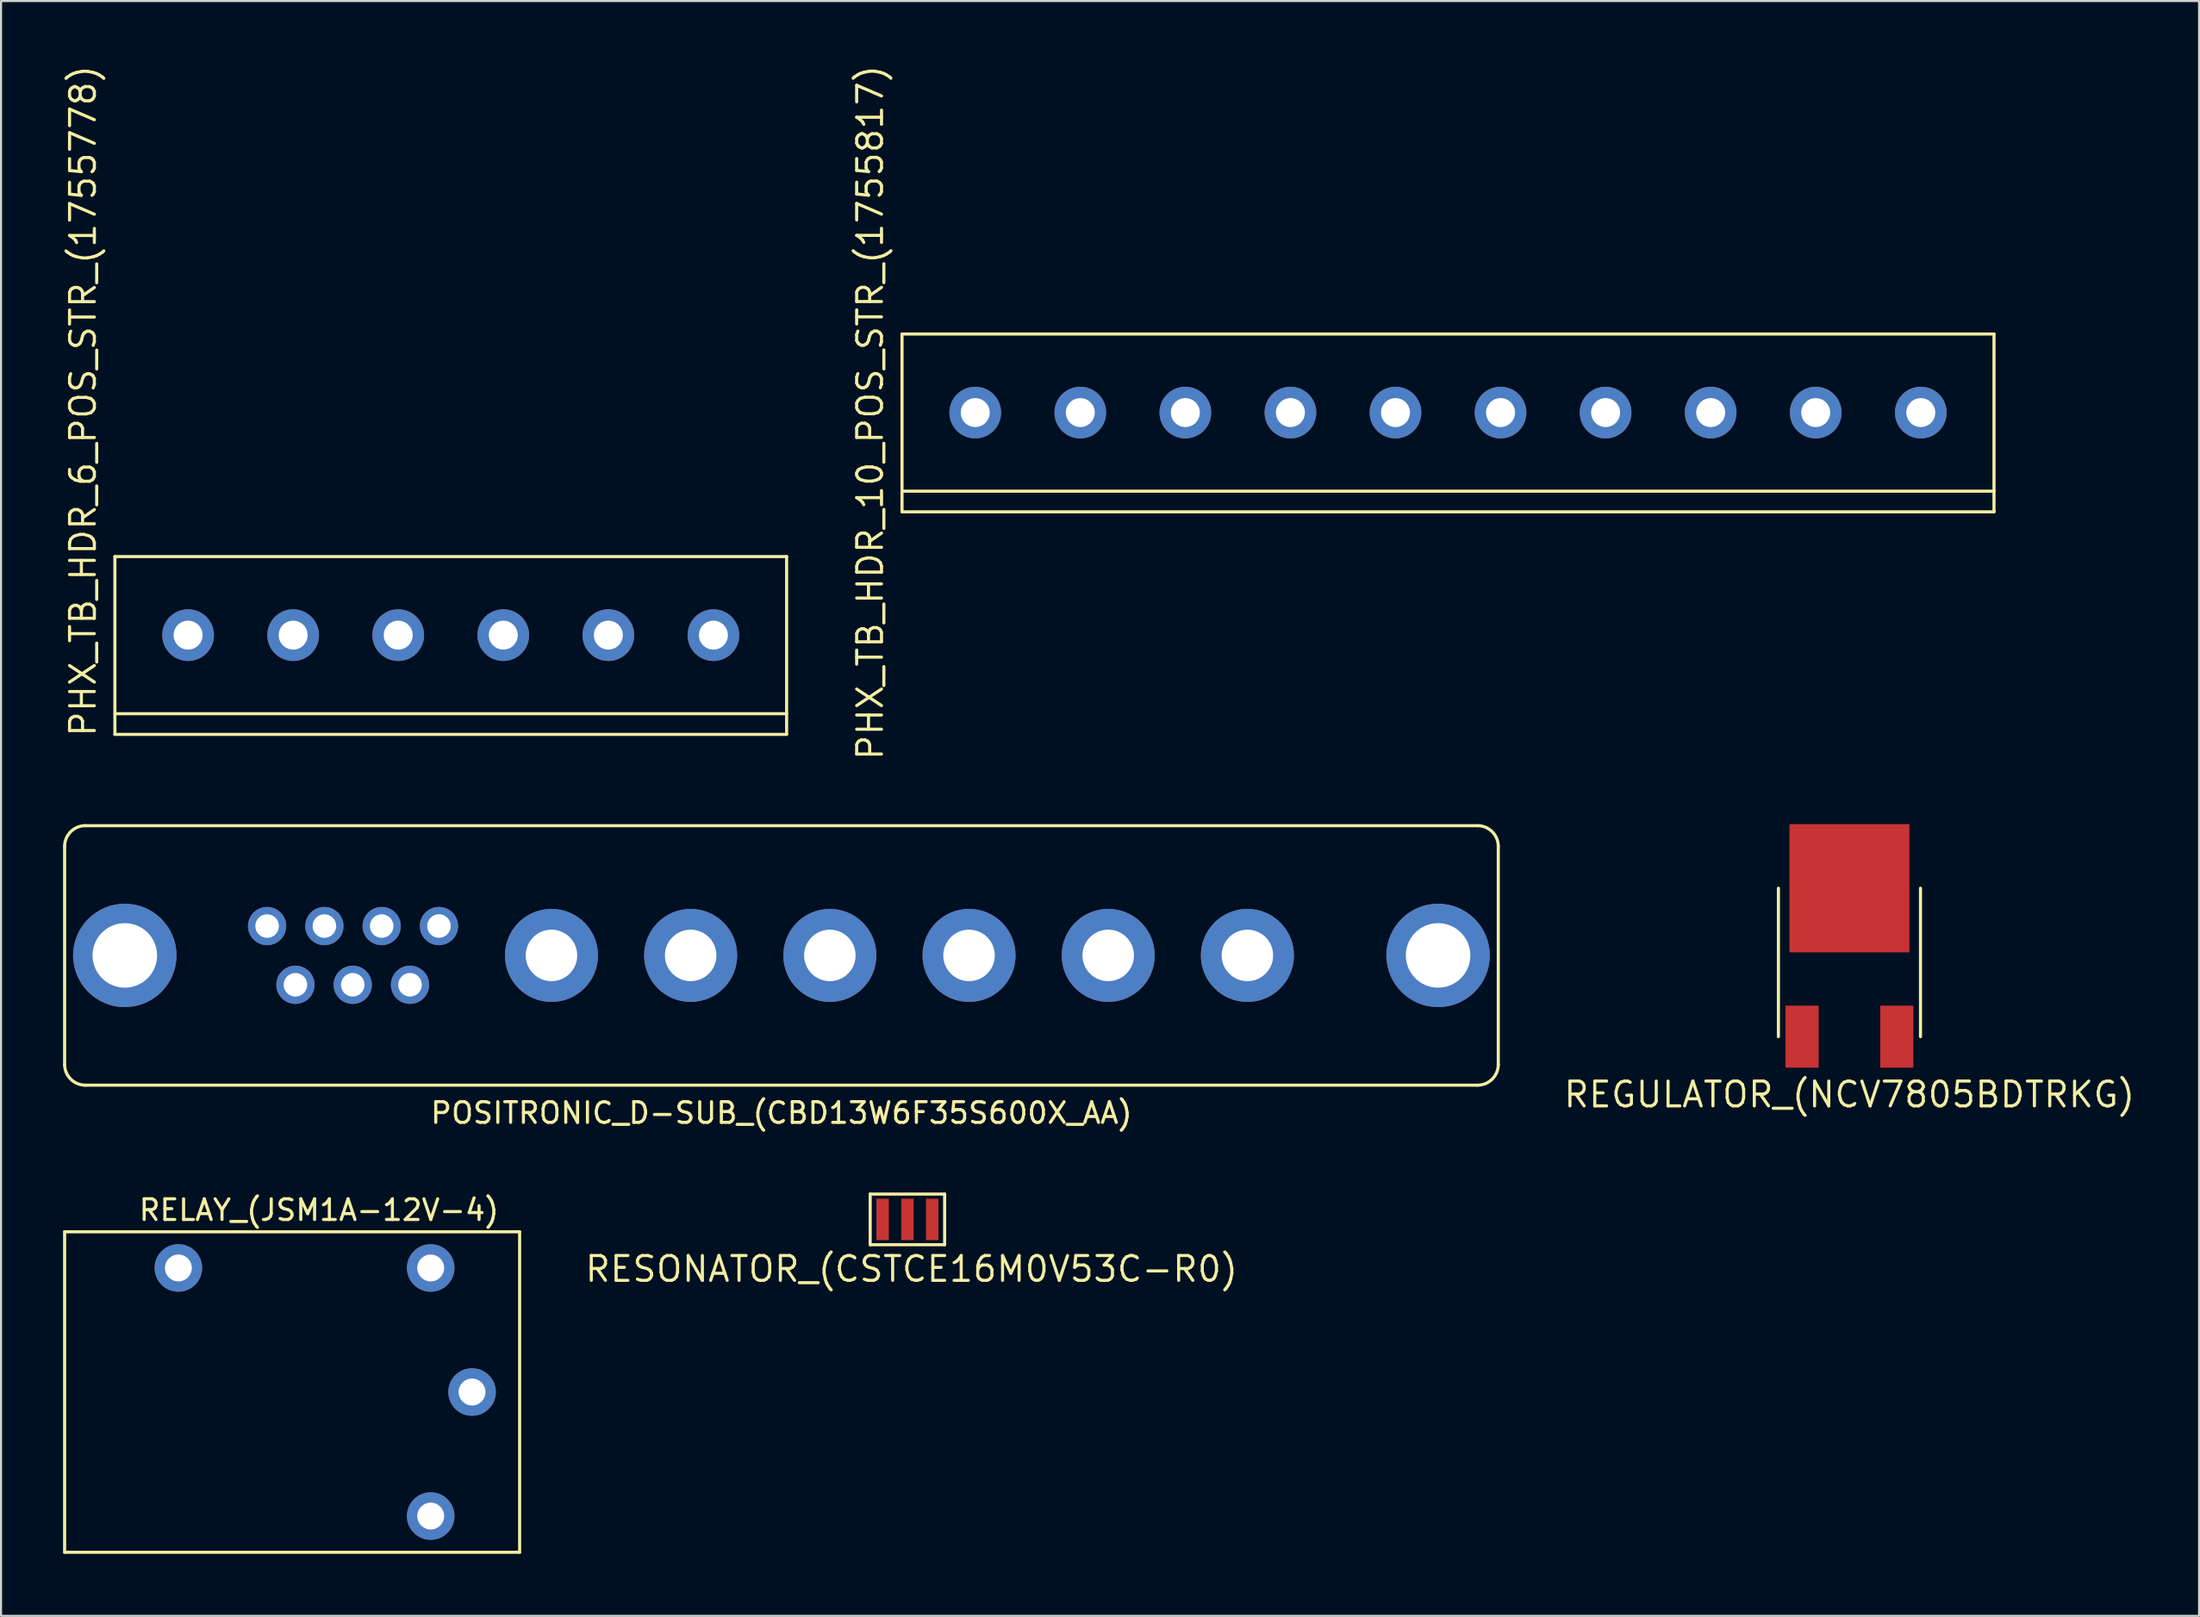
<source format=kicad_pcb>
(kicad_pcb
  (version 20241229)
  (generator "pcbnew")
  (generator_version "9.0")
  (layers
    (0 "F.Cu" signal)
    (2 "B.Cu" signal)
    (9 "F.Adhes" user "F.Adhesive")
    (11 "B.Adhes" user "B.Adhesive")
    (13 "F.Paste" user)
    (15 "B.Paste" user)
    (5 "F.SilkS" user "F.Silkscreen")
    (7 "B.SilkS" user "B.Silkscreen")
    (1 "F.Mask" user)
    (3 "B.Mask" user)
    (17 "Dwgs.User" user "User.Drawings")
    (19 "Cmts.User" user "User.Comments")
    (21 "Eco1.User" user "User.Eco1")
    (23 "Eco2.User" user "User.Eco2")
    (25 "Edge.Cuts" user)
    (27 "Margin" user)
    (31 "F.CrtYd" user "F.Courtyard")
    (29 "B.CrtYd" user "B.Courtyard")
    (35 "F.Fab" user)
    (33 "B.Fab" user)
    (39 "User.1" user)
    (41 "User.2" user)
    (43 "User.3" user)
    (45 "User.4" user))
  (footprint "RESONATOR_(CSTCE16M0V53C-R0)"
    (layer "F.Cu")
    (at 40.826 55.928)
    (property "Reference" "RESONATOR_(CSTCE16M0V53C-R0)" (at 0.2 2.4 0) (layer "F.SilkS") (effects (font (size 1.2 1.2) (thickness 0.15))))
    (attr through_hole)
    (fp_line (start -1.8 -1.225) (end 1.8 -1.225) (stroke (width 0.15) (type solid)) (layer "F.SilkS"))
    (fp_line (start -1.8 1.225) (end -1.8 -1.225) (stroke (width 0.15) (type solid)) (layer "F.SilkS"))
    (fp_line (start -1.8 1.225) (end 1.8 1.225) (stroke (width 0.15) (type solid)) (layer "F.SilkS"))
    (fp_line (start 1.8 1.225) (end 1.8 -1.225) (stroke (width 0.15) (type solid)) (layer "F.SilkS"))
    (pad "1" smd rect (at -1.2 0) (size 0.6 2) (layers "F.Cu" "F.Mask" "F.Paste"))
    (pad "2" smd rect (at 0 0) (size 0.6 2) (layers "F.Cu" "F.Mask" "F.Paste"))
    (pad "3" smd rect (at 1.2 0) (size 0.6 2) (layers "F.Cu" "F.Mask" "F.Paste")))
  (footprint "RELAY_(JSM1A-12V-4)"
    (layer "F.Cu")
    (at 17.775 58.277)
    (property "Reference" "RELAY_(JSM1A-12V-4)" (at -5.4 -2.8 180) (layer "F.SilkS") (effects (font (size 1 1) (thickness 0.15))))
    (attr through_hole)
    (fp_line (start -17.7 -1.75) (end 4.3 -1.75) (stroke (width 0.15) (type solid)) (layer "F.SilkS"))
    (fp_line (start -17.7 13.75) (end -17.7 -1.75) (stroke (width 0.15) (type solid)) (layer "F.SilkS"))
    (fp_line (start 4.3 -1.75) (end 4.3 13.75) (stroke (width 0.15) (type solid)) (layer "F.SilkS"))
    (fp_line (start 4.3 13.75) (end -17.7 13.75) (stroke (width 0.15) (type solid)) (layer "F.SilkS"))
    (pad "1" thru_hole circle (at 2 6) (size 2.3 2.3) (drill 1.3) (layers "*.Cu" "*.Mask"))
    (pad "2" thru_hole circle (at 0 0) (size 2.3 2.3) (drill 1.3) (layers "*.Cu" "*.Mask"))
    (pad "3" thru_hole circle (at -12.2 0) (size 2.3 2.3) (drill 1.3) (layers "*.Cu" "*.Mask"))
    (pad "5" thru_hole circle (at 0 12) (size 2.3 2.3) (drill 1.3) (layers "*.Cu" "*.Mask")))
  (footprint "REGULATOR_(NCV7805BDTRKG)"
    (layer "F.Cu")
    (at 86.375 47.09)
    (property "Reference" "REGULATOR_(NCV7805BDTRKG)" (at 0 2.8 0) (layer "F.SilkS") (effects (font (size 1.2 1.2) (thickness 0.15))))
    (attr through_hole)
    (fp_line (start -3.435 0) (end -3.435 -7.18) (stroke (width 0.15) (type solid)) (layer "F.SilkS"))
    (fp_line (start 3.435 0) (end 3.435 -7.18) (stroke (width 0.15) (type solid)) (layer "F.SilkS"))
    (pad "1" smd rect (at -2.29 0) (size 1.6 3) (layers "F.Cu" "F.Mask" "F.Paste"))
    (pad "2" smd rect (at 0 -7.18) (size 5.8 6.2) (layers "F.Cu" "F.Mask" "F.Paste"))
    (pad "3" smd rect (at 2.29 0) (size 1.6 3) (layers "F.Cu" "F.Mask" "F.Paste")))
  (footprint "POSITRONIC_D-SUB_(CBD13W6F35S600X_AA)"
    (layer "F.Cu")
    (at 34.735 43.16)
    (property "Reference" "POSITRONIC_D-SUB_(CBD13W6F35S600X_AA)" (at 0 7.62 0) (layer "F.SilkS") (effects (font (size 1 1) (thickness 0.15))))
    (attr through_hole)
    (fp_line (start -34.66 5.275) (end -34.66 -5.275) (stroke (width 0.15) (type solid)) (layer "F.SilkS"))
    (fp_line (start -33.66 -6.275) (end 33.66 -6.275) (stroke (width 0.15) (type solid)) (layer "F.SilkS"))
    (fp_line (start 33.66 6.275) (end -33.66 6.275) (stroke (width 0.15) (type solid)) (layer "F.SilkS"))
    (fp_line (start 34.66 -5.275) (end 34.66 5.275) (stroke (width 0.15) (type solid)) (layer "F.SilkS"))
    (fp_arc (start -34.66 -5.275) (mid -34.367107 -5.982107) (end -33.66 -6.275) (stroke (width 0.15) (type solid)) (layer "F.SilkS"))
    (fp_arc (start -33.66 6.275) (mid -34.367107 5.982107) (end -34.66 5.275) (stroke (width 0.15) (type solid)) (layer "F.SilkS"))
    (fp_arc (start 33.66 -6.275) (mid 34.367107 -5.982107) (end 34.66 -5.275) (stroke (width 0.15) (type solid)) (layer "F.SilkS"))
    (fp_arc (start 34.66 5.275) (mid 34.367107 5.982107) (end 33.66 6.275) (stroke (width 0.15) (type solid)) (layer "F.SilkS"))
    (pad "0" thru_hole circle (at -31.75 0) (size 5 5) (drill 3.12) (layers "*.Cu" "*.Mask"))
    (pad "0" thru_hole circle (at 31.75 0) (size 5 5) (drill 3.12) (layers "*.Cu" "*.Mask"))
    (pad "1" thru_hole circle (at -16.56 -1.42) (size 1.85 1.85) (drill 1.14) (layers "*.Cu" "*.Mask"))
    (pad "2" thru_hole circle (at -19.33 -1.42) (size 1.85 1.85) (drill 1.14) (layers "*.Cu" "*.Mask"))
    (pad "3" thru_hole circle (at -22.1 -1.42) (size 1.85 1.85) (drill 1.14) (layers "*.Cu" "*.Mask"))
    (pad "4" thru_hole circle (at -24.87 -1.42) (size 1.85 1.85) (drill 1.14) (layers "*.Cu" "*.Mask"))
    (pad "5" thru_hole circle (at -17.96 1.42) (size 1.85 1.85) (drill 1.14) (layers "*.Cu" "*.Mask"))
    (pad "6" thru_hole circle (at -20.73 1.42) (size 1.85 1.85) (drill 1.14) (layers "*.Cu" "*.Mask"))
    (pad "7" thru_hole circle (at -23.5 1.42) (size 1.85 1.85) (drill 1.14) (layers "*.Cu" "*.Mask"))
    (pad "A1" thru_hole circle (at 22.53 0) (size 4.5 4.5) (drill 2.49) (layers "*.Cu" "*.Mask"))
    (pad "A2" thru_hole circle (at 15.8 0) (size 4.5 4.5) (drill 2.49) (layers "*.Cu" "*.Mask"))
    (pad "A3" thru_hole circle (at 9.07 0) (size 4.5 4.5) (drill 2.49) (layers "*.Cu" "*.Mask"))
    (pad "A4" thru_hole circle (at 2.34 0) (size 4.5 4.5) (drill 2.49) (layers "*.Cu" "*.Mask"))
    (pad "A5" thru_hole circle (at -4.39 0) (size 4.5 4.5) (drill 2.49) (layers "*.Cu" "*.Mask"))
    (pad "A6" thru_hole circle (at -11.12 0) (size 4.5 4.5) (drill 2.49) (layers "*.Cu" "*.Mask")))
  (footprint "PHX_TB_HDR_6_POS_STR_(1755778)"
    (layer "F.Cu")
    (at 6.045 27.669)
    (property "Reference" "PHX_TB_HDR_6_POS_STR_(1755778)" (at -5.08 4.998 90) (layer "F.SilkS") (effects (font (size 1.2 1.2) (thickness 0.15)) (justify left)))
    (attr through_hole)
    (fp_line (start -3.54 -3.8) (end -3.54 4.8) (stroke (width 0.15) (type solid)) (layer "F.SilkS"))
    (fp_line (start -3.54 -3.8) (end 28.94 -3.8) (stroke (width 0.15) (type solid)) (layer "F.SilkS"))
    (fp_line (start -3.54 3.8) (end 28.94 3.8) (stroke (width 0.15) (type solid)) (layer "F.SilkS"))
    (fp_line (start 28.94 -3.8) (end 28.94 4.8) (stroke (width 0.15) (type solid)) (layer "F.SilkS"))
    (fp_line (start 28.94 4.8) (end -3.54 4.8) (stroke (width 0.15) (type solid)) (layer "F.SilkS"))
    (pad "1" thru_hole circle (at 0 0) (size 2.5 2.5) (drill 1.4) (layers "*.Cu" "*.Mask"))
    (pad "2" thru_hole circle (at 5.08 0) (size 2.5 2.5) (drill 1.4) (layers "*.Cu" "*.Mask"))
    (pad "3" thru_hole circle (at 10.16 0) (size 2.5 2.5) (drill 1.4) (layers "*.Cu" "*.Mask"))
    (pad "4" thru_hole circle (at 15.24 0) (size 2.5 2.5) (drill 1.4) (layers "*.Cu" "*.Mask"))
    (pad "5" thru_hole circle (at 20.32 0) (size 2.5 2.5) (drill 1.4) (layers "*.Cu" "*.Mask"))
    (pad "6" thru_hole circle (at 25.4 0) (size 2.5 2.5) (drill 1.4) (layers "*.Cu" "*.Mask")))
  (footprint "PHX_TB_HDR_10_POS_STR_(1755817)"
    (layer "F.Cu")
    (at 44.105 16.905)
    (property "Reference" "PHX_TB_HDR_10_POS_STR_(1755817)" (at -5.08 0 90) (layer "F.SilkS") (effects (font (size 1.2 1.2) (thickness 0.15))))
    (attr through_hole)
    (fp_line (start -3.54 -3.8) (end -3.54 4.8) (stroke (width 0.15) (type solid)) (layer "F.SilkS"))
    (fp_line (start -3.54 -3.8) (end 49.26 -3.8) (stroke (width 0.15) (type solid)) (layer "F.SilkS"))
    (fp_line (start -3.54 3.8) (end 49.26 3.8) (stroke (width 0.15) (type solid)) (layer "F.SilkS"))
    (fp_line (start 49.26 -3.8) (end 49.26 4.8) (stroke (width 0.15) (type solid)) (layer "F.SilkS"))
    (fp_line (start 49.26 4.8) (end -3.54 4.8) (stroke (width 0.15) (type solid)) (layer "F.SilkS"))
    (pad "1" thru_hole circle (at 0 0) (size 2.5 2.5) (drill 1.4) (layers "*.Cu" "*.Mask"))
    (pad "2" thru_hole circle (at 5.08 0) (size 2.5 2.5) (drill 1.4) (layers "*.Cu" "*.Mask"))
    (pad "3" thru_hole circle (at 10.16 0) (size 2.5 2.5) (drill 1.4) (layers "*.Cu" "*.Mask"))
    (pad "4" thru_hole circle (at 15.24 0) (size 2.5 2.5) (drill 1.4) (layers "*.Cu" "*.Mask"))
    (pad "5" thru_hole circle (at 20.32 0) (size 2.5 2.5) (drill 1.4) (layers "*.Cu" "*.Mask"))
    (pad "6" thru_hole circle (at 25.4 0) (size 2.5 2.5) (drill 1.4) (layers "*.Cu" "*.Mask"))
    (pad "7" thru_hole circle (at 30.48 0) (size 2.5 2.5) (drill 1.4) (layers "*.Cu" "*.Mask"))
    (pad "8" thru_hole circle (at 35.56 0) (size 2.5 2.5) (drill 1.4) (layers "*.Cu" "*.Mask"))
    (pad "9" thru_hole circle (at 40.64 0) (size 2.5 2.5) (drill 1.4) (layers "*.Cu" "*.Mask"))
    (pad "10" thru_hole circle (at 45.72 0) (size 2.5 2.5) (drill 1.4) (layers "*.Cu" "*.Mask")))
  (gr_rect
    (start -3 -3)
    (end 103.28 75.102)
    (stroke (width 0.1) (type default))
    (fill no)
    (layer "Edge.Cuts")))
</source>
